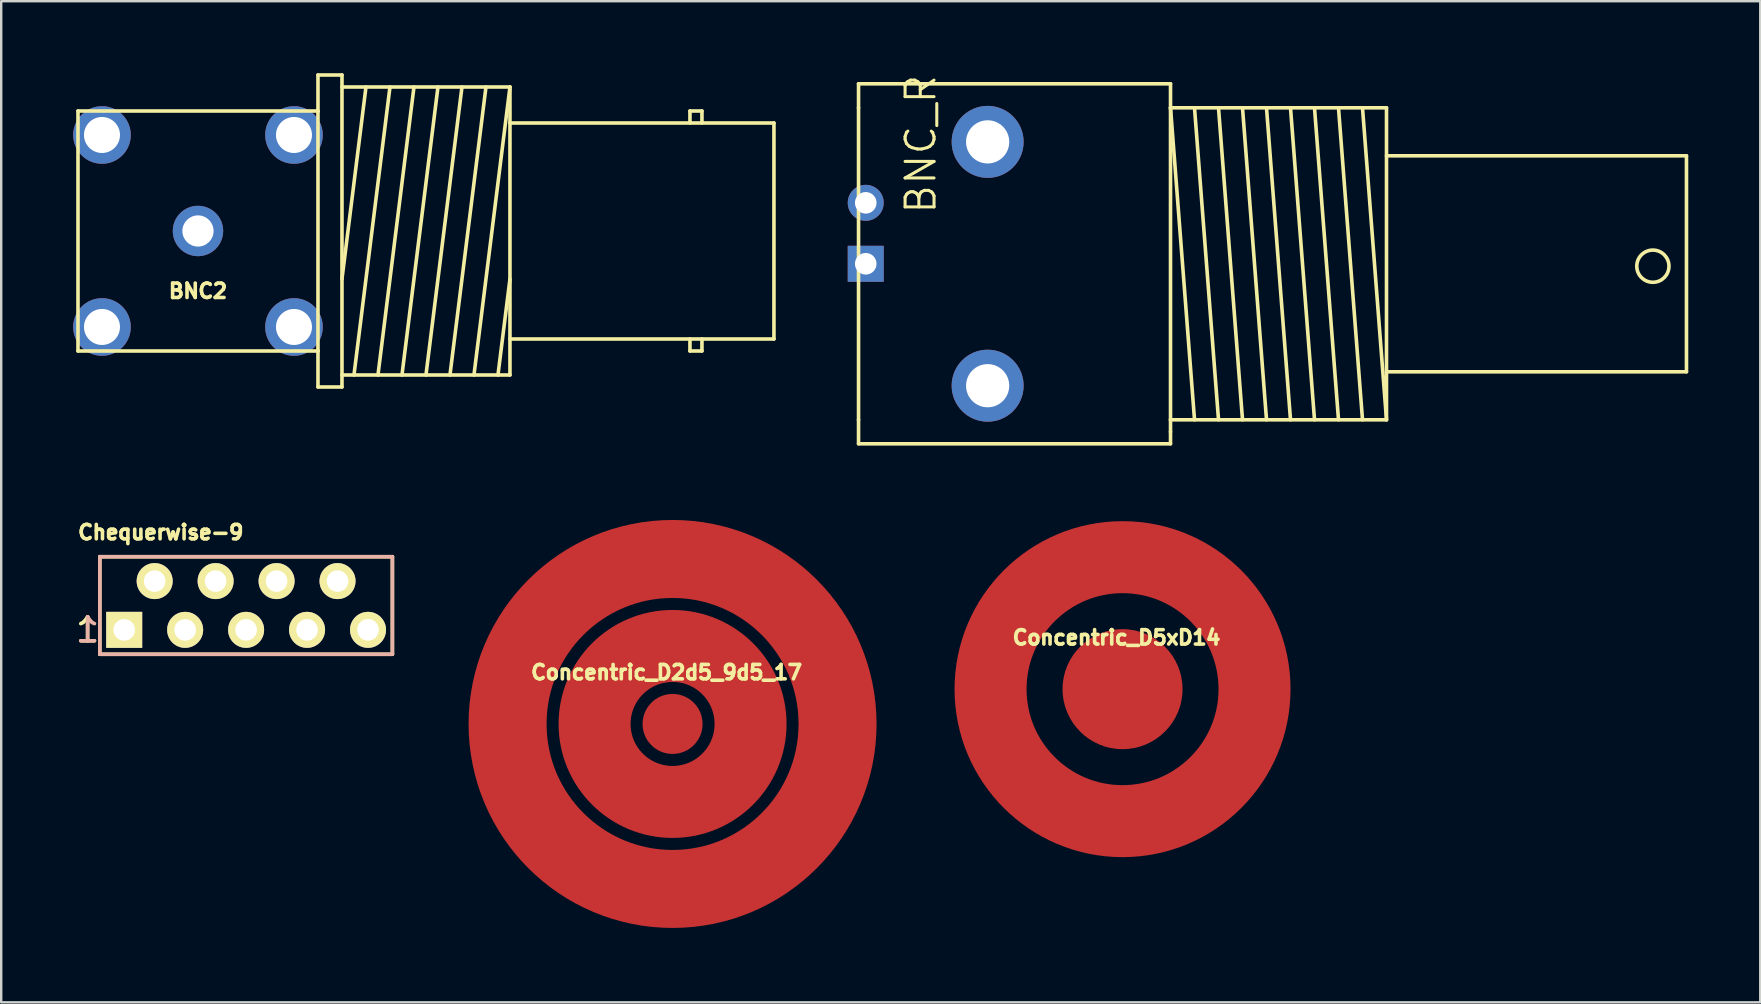
<source format=kicad_pcb>
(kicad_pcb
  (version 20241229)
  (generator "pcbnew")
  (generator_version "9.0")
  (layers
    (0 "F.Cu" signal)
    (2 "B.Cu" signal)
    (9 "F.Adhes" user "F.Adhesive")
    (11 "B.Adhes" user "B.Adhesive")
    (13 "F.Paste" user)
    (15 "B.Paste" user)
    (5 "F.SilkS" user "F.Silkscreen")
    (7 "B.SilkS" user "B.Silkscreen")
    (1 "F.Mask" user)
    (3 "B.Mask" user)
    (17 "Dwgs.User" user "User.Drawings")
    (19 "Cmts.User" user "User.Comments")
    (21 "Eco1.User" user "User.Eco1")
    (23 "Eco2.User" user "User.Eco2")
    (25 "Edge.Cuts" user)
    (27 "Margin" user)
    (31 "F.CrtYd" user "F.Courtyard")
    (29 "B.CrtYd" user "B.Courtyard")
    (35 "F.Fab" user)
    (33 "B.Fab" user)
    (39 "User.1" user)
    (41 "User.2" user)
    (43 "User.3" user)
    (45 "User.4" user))
  (footprint "Chequerwise-9"
    (layer "F.Cu")
    (at 7.205 22.18)
    (property "Reference" "Chequerwise-9" (at -3.556 -3.048 0) (layer "F.SilkS") (effects (font (size 0.6 0.6) (thickness 0.15))))
    (attr through_hole)
    (fp_line (start -6.096 -2.032) (end 6.096 -2.032) (stroke (width 0.15) (type solid)) (layer "F.SilkS"))
    (fp_line (start -6.096 2.032) (end -6.096 -2.032) (stroke (width 0.15) (type solid)) (layer "F.SilkS"))
    (fp_line (start 6.096 -2.032) (end 6.096 2.032) (stroke (width 0.15) (type solid)) (layer "F.SilkS"))
    (fp_line (start 6.096 2.032) (end -6.096 2.032) (stroke (width 0.15) (type solid)) (layer "F.SilkS"))
    (fp_line (start -6.096 -2.032) (end 6.096 -2.032) (stroke (width 0.15) (type solid)) (layer "B.SilkS"))
    (fp_line (start -6.096 2.032) (end -6.096 -2.032) (stroke (width 0.15) (type solid)) (layer "B.SilkS"))
    (fp_line (start 6.096 -2.032) (end 6.096 2.032) (stroke (width 0.15) (type solid)) (layer "B.SilkS"))
    (fp_line (start 6.096 2.032) (end -6.096 2.032) (stroke (width 0.15) (type solid)) (layer "B.SilkS"))
    (fp_text user "1" (at -6.604 1.016 0) (layer "F.SilkS") (effects (font (size 1 1) (thickness 0.15))))
    (fp_text user "1" (at -6.604 1.016 0) (layer "B.SilkS") (effects (font (size 1 1) (thickness 0.15)) (justify mirror)))
    (pad "1" thru_hole rect (at -5.08 1.016) (size 1.5 1.5) (drill 0.9) (layers "*.Cu" "*.Mask" "F.SilkS"))
    (pad "2" thru_hole circle (at -3.81 -1.016) (size 1.5 1.5) (drill 0.9) (layers "*.Cu" "*.Mask" "F.SilkS"))
    (pad "3" thru_hole circle (at -2.54 1.016) (size 1.5 1.5) (drill 0.9) (layers "*.Cu" "*.Mask" "F.SilkS"))
    (pad "4" thru_hole circle (at -1.27 -1.016) (size 1.5 1.5) (drill 0.9) (layers "*.Cu" "*.Mask" "F.SilkS"))
    (pad "5" thru_hole circle (at 0 1.016) (size 1.5 1.5) (drill 0.9) (layers "*.Cu" "*.Mask" "F.SilkS"))
    (pad "6" thru_hole circle (at 1.27 -1.016) (size 1.5 1.5) (drill 0.9) (layers "*.Cu" "*.Mask" "F.SilkS"))
    (pad "7" thru_hole circle (at 2.54 1.016) (size 1.5 1.5) (drill 0.9) (layers "*.Cu" "*.Mask" "F.SilkS"))
    (pad "8" thru_hole circle (at 3.81 -1.016) (size 1.5 1.5) (drill 0.9) (layers "*.Cu" "*.Mask" "F.SilkS"))
    (pad "9" thru_hole circle (at 5.08 1.016) (size 1.5 1.5) (drill 0.9) (layers "*.Cu" "*.Mask" "F.SilkS")))
  (footprint "Concentric_D2d5_9d5_17"
    (layer "F.Cu")
    (at 24.976 27.117)
    (property "Reference" "Concentric_D2d5_9d5_17" (at -0.25 -2.15 0) (layer "F.SilkS") (effects (font (size 0.6 0.6) (thickness 0.15))))
    (attr through_hole)
    (fp_circle (center 0 0) (end 3.25 0) (stroke (width 3) (type solid)) (fill no) (layer "F.Cu"))
    (fp_circle (center 0 0) (end 6.875 0) (stroke (width 3.25) (type solid)) (fill no) (layer "F.Cu"))
    (fp_circle (center 0 0) (end 3.25 0) (stroke (width 3.2) (type solid)) (fill no) (layer "F.Mask"))
    (fp_circle (center 0 0) (end 6.875 0) (stroke (width 3.45) (type solid)) (fill no) (layer "F.Mask"))
    (pad "1" smd circle (at 0 0) (size 2.5 2.5) (layers "F.Cu" "F.Mask"))
    (pad "2" smd circle (at -3 0) (size 1 1) (layers "F.Cu" "F.Mask"))
    (pad "3" smd circle (at -7 0) (size 1 1) (layers "F.Cu" "F.Mask")))
  (footprint "BNC2"
    (layer "F.Cu")
    (at 5.2 6.575)
    (property "Reference" "BNC2" (at 0 2.5 0) (layer "F.SilkS") (effects (font (size 0.6 0.6) (thickness 0.15))))
    (attr through_hole)
    (fp_line (start -5 -5) (end 5 -5) (stroke (width 0.15) (type solid)) (layer "F.SilkS"))
    (fp_line (start -5 5) (end -5 -5) (stroke (width 0.15) (type solid)) (layer "F.SilkS"))
    (fp_line (start 5 -6.5) (end 6 -6.5) (stroke (width 0.15) (type solid)) (layer "F.SilkS"))
    (fp_line (start 5 -5) (end 5 -6.5) (stroke (width 0.15) (type solid)) (layer "F.SilkS"))
    (fp_line (start 5 -5) (end 5 5) (stroke (width 0.15) (type solid)) (layer "F.SilkS"))
    (fp_line (start 5 5) (end -5 5) (stroke (width 0.15) (type solid)) (layer "F.SilkS"))
    (fp_line (start 5 6.5) (end 5 5) (stroke (width 0.15) (type solid)) (layer "F.SilkS"))
    (fp_line (start 6 -6.5) (end 6 6.5) (stroke (width 0.15) (type solid)) (layer "F.SilkS"))
    (fp_line (start 6 -6) (end 13 -6) (stroke (width 0.15) (type solid)) (layer "F.SilkS"))
    (fp_line (start 6 6.5) (end 5 6.5) (stroke (width 0.15) (type solid)) (layer "F.SilkS"))
    (fp_line (start 7 -6) (end 6 2) (stroke (width 0.15) (type solid)) (layer "F.SilkS"))
    (fp_line (start 8 -6) (end 6.5 6) (stroke (width 0.15) (type solid)) (layer "F.SilkS"))
    (fp_line (start 9 -6) (end 7.5 6) (stroke (width 0.15) (type solid)) (layer "F.SilkS"))
    (fp_line (start 10 -6) (end 8.5 6) (stroke (width 0.15) (type solid)) (layer "F.SilkS"))
    (fp_line (start 11 -6) (end 9.5 6) (stroke (width 0.15) (type solid)) (layer "F.SilkS"))
    (fp_line (start 12 -6) (end 10.5 6) (stroke (width 0.15) (type solid)) (layer "F.SilkS"))
    (fp_line (start 12.5 6) (end 13 2) (stroke (width 0.15) (type solid)) (layer "F.SilkS"))
    (fp_line (start 13 -6) (end 11.5 6) (stroke (width 0.15) (type solid)) (layer "F.SilkS"))
    (fp_line (start 13 -6) (end 13 6) (stroke (width 0.15) (type solid)) (layer "F.SilkS"))
    (fp_line (start 13 -4.5) (end 24 -4.5) (stroke (width 0.15) (type solid)) (layer "F.SilkS"))
    (fp_line (start 13 6) (end 6 6) (stroke (width 0.15) (type solid)) (layer "F.SilkS"))
    (fp_line (start 20.5 -5) (end 21 -5) (stroke (width 0.15) (type solid)) (layer "F.SilkS"))
    (fp_line (start 20.5 -4.5) (end 20.5 -5) (stroke (width 0.15) (type solid)) (layer "F.SilkS"))
    (fp_line (start 20.5 4.5) (end 20.5 5) (stroke (width 0.15) (type solid)) (layer "F.SilkS"))
    (fp_line (start 20.5 5) (end 21 5) (stroke (width 0.15) (type solid)) (layer "F.SilkS"))
    (fp_line (start 21 -5) (end 21 -4.5) (stroke (width 0.15) (type solid)) (layer "F.SilkS"))
    (fp_line (start 21 5) (end 21 4.5) (stroke (width 0.15) (type solid)) (layer "F.SilkS"))
    (fp_line (start 24 -4.5) (end 24 4.5) (stroke (width 0.15) (type solid)) (layer "F.SilkS"))
    (fp_line (start 24 4.5) (end 13 4.5) (stroke (width 0.15) (type solid)) (layer "F.SilkS"))
    (pad "1" thru_hole circle (at 0 0) (size 2.1 2.1) (drill 1.3) (layers "*.Cu" "*.Mask"))
    (pad "2" thru_hole circle (at -4 -4) (size 2.4 2.4) (drill 1.5) (layers "*.Cu" "*.Mask"))
    (pad "2" thru_hole circle (at -4 4) (size 2.4 2.4) (drill 1.5) (layers "*.Cu" "*.Mask"))
    (pad "2" thru_hole circle (at 4 -4) (size 2.4 2.4) (drill 1.5) (layers "*.Cu" "*.Mask"))
    (pad "2" thru_hole circle (at 4 4) (size 2.4 2.4) (drill 1.5) (layers "*.Cu" "*.Mask")))
  (footprint "BNC_R"
    (layer "F.Cu")
    (at 39.225 7.942)
    (property "Reference" "BNC_R" (at -3.2 -2 90) (layer "F.SilkS") (effects (font (size 1.206 1.206) (thickness 0.127)) (justify left bottom)))
    (attr through_hole)
    (fp_line (start -6.5 -7.5) (end -6.5 -6.5) (stroke (width 0.15) (type solid)) (layer "F.SilkS"))
    (fp_line (start -6.5 6.5) (end -6.5 -6.5) (stroke (width 0.15) (type solid)) (layer "F.SilkS"))
    (fp_line (start -6.5 7.5) (end -6.5 6.5) (stroke (width 0.15) (type solid)) (layer "F.SilkS"))
    (fp_line (start 6.5 -7.5) (end -6.5 -7.5) (stroke (width 0.15) (type solid)) (layer "F.SilkS"))
    (fp_line (start 6.5 -7.5) (end 6.5 -6.5) (stroke (width 0.15) (type solid)) (layer "F.SilkS"))
    (fp_line (start 6.5 -6.5) (end 6.5 6.5) (stroke (width 0.15) (type solid)) (layer "F.SilkS"))
    (fp_line (start 6.5 6.5) (end 15.5 6.5) (stroke (width 0.15) (type solid)) (layer "F.SilkS"))
    (fp_line (start 6.5 7) (end 6.5 6.5) (stroke (width 0.15) (type solid)) (layer "F.SilkS"))
    (fp_line (start 6.5 7) (end 6.5 7.5) (stroke (width 0.15) (type solid)) (layer "F.SilkS"))
    (fp_line (start 6.5 7.5) (end -6.5 7.5) (stroke (width 0.15) (type solid)) (layer "F.SilkS"))
    (fp_line (start 7.5 -6.5) (end 8.5 6.5) (stroke (width 0.15) (type solid)) (layer "F.SilkS"))
    (fp_line (start 7.5 6.5) (end 6.5 -6.5) (stroke (width 0.15) (type solid)) (layer "F.SilkS"))
    (fp_line (start 9.5 6.5) (end 8.5 -6.5) (stroke (width 0.15) (type solid)) (layer "F.SilkS"))
    (fp_line (start 10.5 -6.5) (end 11.5 6.5) (stroke (width 0.15) (type solid)) (layer "F.SilkS"))
    (fp_line (start 10.5 6.5) (end 9.5 -6.5) (stroke (width 0.15) (type solid)) (layer "F.SilkS"))
    (fp_line (start 11.5 -6.5) (end 12.5 6.5) (stroke (width 0.15) (type solid)) (layer "F.SilkS"))
    (fp_line (start 12.5 -6.5) (end 13.5 6.5) (stroke (width 0.15) (type solid)) (layer "F.SilkS"))
    (fp_line (start 13.5 -6.5) (end 14.5 6.5) (stroke (width 0.15) (type solid)) (layer "F.SilkS"))
    (fp_line (start 14.5 -6.5) (end 15.5 6.5) (stroke (width 0.15) (type solid)) (layer "F.SilkS"))
    (fp_line (start 15.5 -6.5) (end 6.5 -6.5) (stroke (width 0.15) (type solid)) (layer "F.SilkS"))
    (fp_line (start 15.5 4.5) (end 28 4.5) (stroke (width 0.15) (type solid)) (layer "F.SilkS"))
    (fp_line (start 15.5 6.5) (end 15.5 -6.5) (stroke (width 0.15) (type solid)) (layer "F.SilkS"))
    (fp_line (start 28 -4.5) (end 15.5 -4.5) (stroke (width 0.15) (type solid)) (layer "F.SilkS"))
    (fp_line (start 28 4.5) (end 28 -4.5) (stroke (width 0.15) (type solid)) (layer "F.SilkS"))
    (fp_circle (center 26.6 0.1) (end 27.2 0.4) (stroke (width 0.15) (type solid)) (fill no) (layer "F.SilkS"))
    (pad "1" thru_hole rect (at -6.2 0) (size 1.5 1.5) (drill 0.9) (layers "*.Cu" "*.Mask"))
    (pad "2" thru_hole circle (at -6.2 -2.54) (size 1.5 1.5) (drill 0.9) (layers "*.Cu" "*.Mask"))
    (pad "H" thru_hole circle (at -1.12 -5.08) (size 3 3) (drill 1.8) (layers "*.Cu" "*.Mask"))
    (pad "H" thru_hole circle (at -1.12 5.08) (size 3 3) (drill 1.8) (layers "*.Cu" "*.Mask")))
  (footprint "Concentric_D5xD14"
    (layer "F.Cu")
    (at 43.726 25.667)
    (property "Reference" "Concentric_D5xD14" (at -0.25 -2.15 0) (layer "F.SilkS") (effects (font (size 0.6 0.6) (thickness 0.15))))
    (attr through_hole)
    (fp_circle (center 0 0) (end 5.5 0) (stroke (width 3) (type solid)) (fill no) (layer "F.Cu"))
    (fp_circle (center 0 0) (end 5.5 0) (stroke (width 3.3) (type solid)) (fill no) (layer "F.Mask"))
    (pad "1" smd circle (at 0 0) (size 5 5) (layers "F.Cu" "F.Mask"))
    (pad "2" smd circle (at -5.5 0) (size 1 1) (layers "F.Cu" "F.Mask")))
  (gr_rect
    (start -3 -3)
    (end 70.3 38.717)
    (stroke (width 0.1) (type default))
    (fill no)
    (layer "Edge.Cuts")))
</source>
